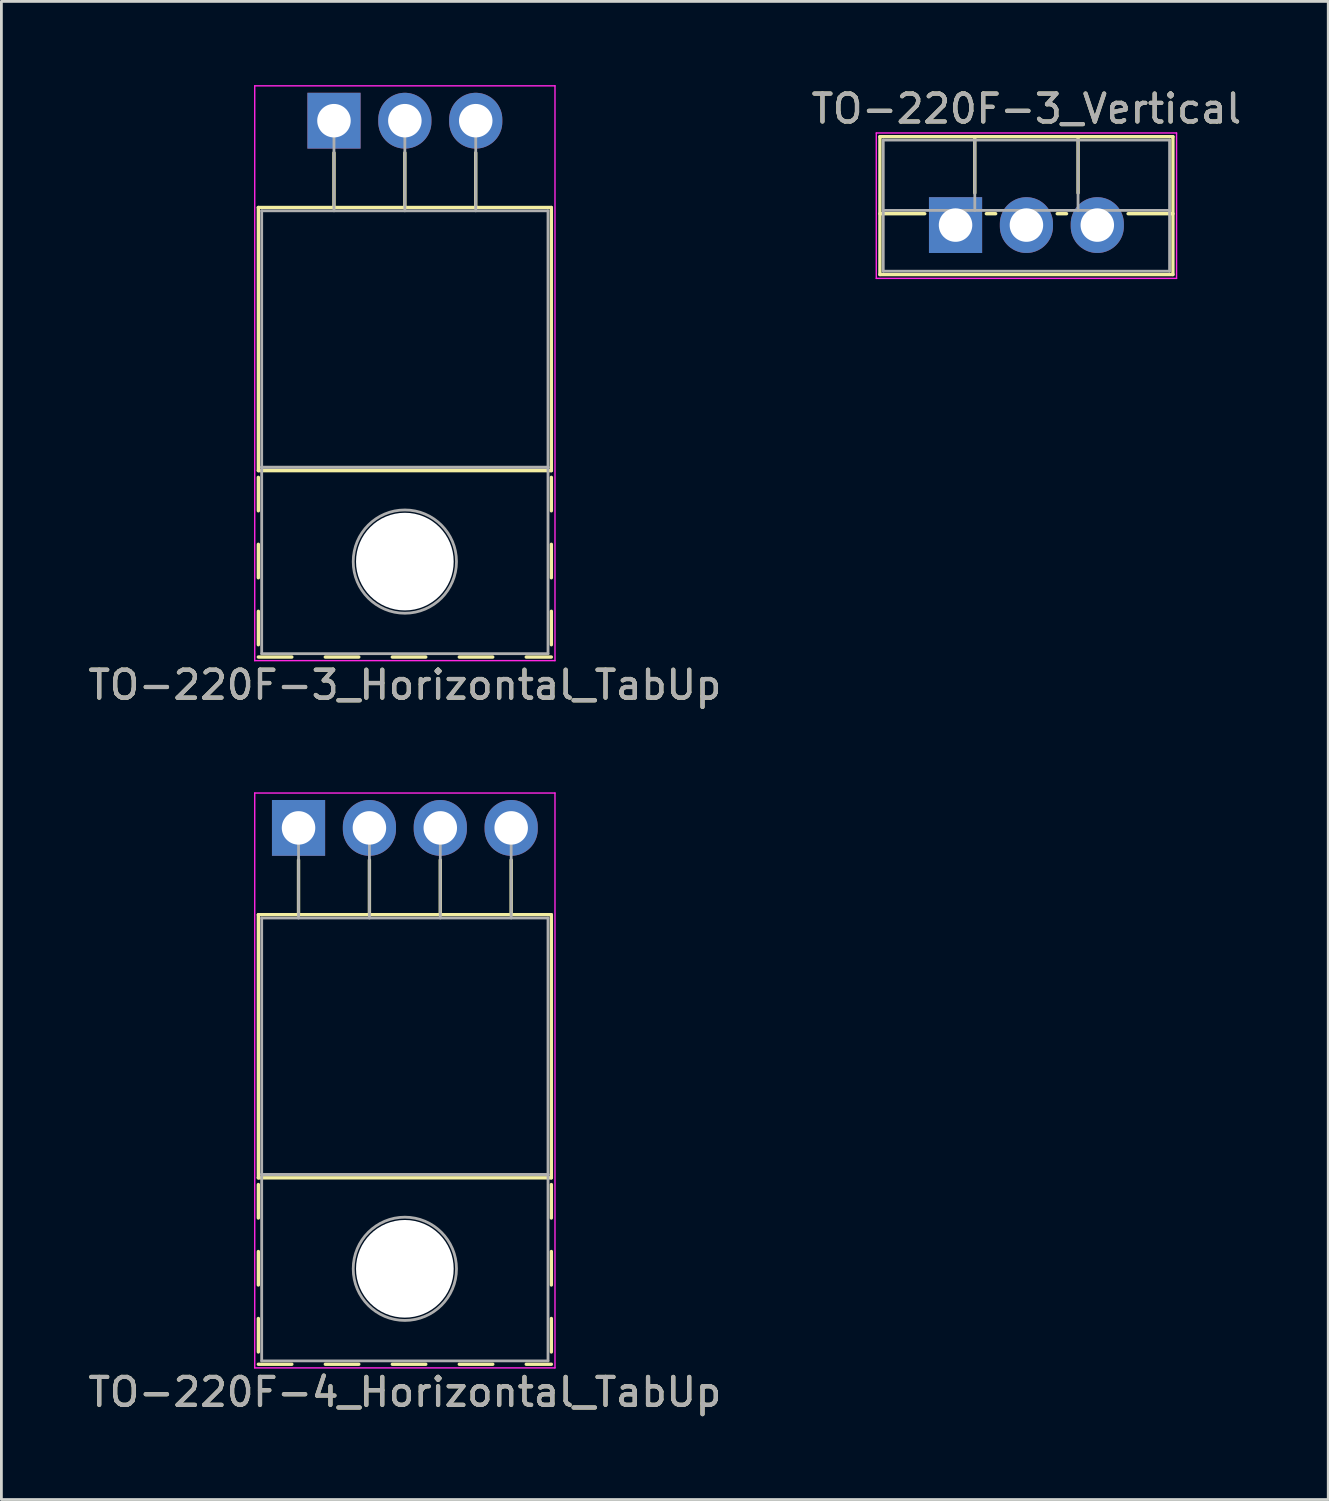
<source format=kicad_pcb>
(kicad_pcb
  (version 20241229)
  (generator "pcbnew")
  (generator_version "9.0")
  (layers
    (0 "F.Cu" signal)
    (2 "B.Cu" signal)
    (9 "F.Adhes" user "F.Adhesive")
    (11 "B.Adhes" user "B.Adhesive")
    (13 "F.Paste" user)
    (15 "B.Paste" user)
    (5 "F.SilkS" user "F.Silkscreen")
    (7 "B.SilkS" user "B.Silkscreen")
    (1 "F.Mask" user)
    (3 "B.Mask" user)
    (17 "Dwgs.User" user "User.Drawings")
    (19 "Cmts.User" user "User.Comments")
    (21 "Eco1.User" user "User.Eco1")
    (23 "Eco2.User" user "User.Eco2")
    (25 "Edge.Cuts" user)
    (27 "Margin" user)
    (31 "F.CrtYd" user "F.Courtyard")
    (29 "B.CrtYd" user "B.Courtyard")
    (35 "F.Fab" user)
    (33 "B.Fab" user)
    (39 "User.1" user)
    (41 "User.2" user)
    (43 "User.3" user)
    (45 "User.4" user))
  (footprint "TO-220F-4_Horizontal_TabUp"
    (layer "F.Cu")
    (at 7.648 26.618)
    (property "Reference" "TO-220F-4_Horizontal_TabUp" (at 3.81 20.22 0) (layer "F.SilkS") (effects (font (size 1 1) (thickness 0.15))))
    (attr through_hole)
    (fp_line (start -1.44 3.11) (end -1.44 12.54) (stroke (width 0.12) (type solid)) (layer "F.SilkS"))
    (fp_line (start -1.44 3.11) (end 9.06 3.11) (stroke (width 0.12) (type solid)) (layer "F.SilkS"))
    (fp_line (start -1.44 12.54) (end 9.06 12.54) (stroke (width 0.12) (type solid)) (layer "F.SilkS"))
    (fp_line (start -1.44 12.78) (end -1.44 13.98) (stroke (width 0.12) (type solid)) (layer "F.SilkS"))
    (fp_line (start -1.44 15.18) (end -1.44 16.38) (stroke (width 0.12) (type solid)) (layer "F.SilkS"))
    (fp_line (start -1.44 17.58) (end -1.44 18.78) (stroke (width 0.12) (type solid)) (layer "F.SilkS"))
    (fp_line (start -1.44 19.22) (end -0.24 19.22) (stroke (width 0.12) (type solid)) (layer "F.SilkS"))
    (fp_line (start 0 1.15) (end 0 3.11) (stroke (width 0.12) (type solid)) (layer "F.SilkS"))
    (fp_line (start 0.96 19.22) (end 2.16 19.22) (stroke (width 0.12) (type solid)) (layer "F.SilkS"))
    (fp_line (start 2.54 1.15) (end 2.54 3.11) (stroke (width 0.12) (type solid)) (layer "F.SilkS"))
    (fp_line (start 3.361 19.22) (end 4.56 19.22) (stroke (width 0.12) (type solid)) (layer "F.SilkS"))
    (fp_line (start 5.08 1.15) (end 5.08 3.11) (stroke (width 0.12) (type solid)) (layer "F.SilkS"))
    (fp_line (start 5.761 19.22) (end 6.961 19.22) (stroke (width 0.12) (type solid)) (layer "F.SilkS"))
    (fp_line (start 7.62 1.15) (end 7.62 3.11) (stroke (width 0.12) (type solid)) (layer "F.SilkS"))
    (fp_line (start 8.16 19.22) (end 9.06 19.22) (stroke (width 0.12) (type solid)) (layer "F.SilkS"))
    (fp_line (start 9.06 3.11) (end 9.06 12.54) (stroke (width 0.12) (type solid)) (layer "F.SilkS"))
    (fp_line (start 9.06 12.78) (end 9.06 13.98) (stroke (width 0.12) (type solid)) (layer "F.SilkS"))
    (fp_line (start 9.06 15.18) (end 9.06 16.38) (stroke (width 0.12) (type solid)) (layer "F.SilkS"))
    (fp_line (start 9.06 17.58) (end 9.06 18.78) (stroke (width 0.12) (type solid)) (layer "F.SilkS"))
    (fp_line (start -1.57 -1.25) (end -1.57 19.35) (stroke (width 0.05) (type solid)) (layer "F.CrtYd"))
    (fp_line (start -1.57 19.35) (end 9.19 19.35) (stroke (width 0.05) (type solid)) (layer "F.CrtYd"))
    (fp_line (start 9.19 -1.25) (end -1.57 -1.25) (stroke (width 0.05) (type solid)) (layer "F.CrtYd"))
    (fp_line (start 9.19 19.35) (end 9.19 -1.25) (stroke (width 0.05) (type solid)) (layer "F.CrtYd"))
    (fp_line (start -1.32 3.23) (end -1.32 12.42) (stroke (width 0.1) (type solid)) (layer "F.Fab"))
    (fp_line (start -1.32 12.42) (end -1.32 19.1) (stroke (width 0.1) (type solid)) (layer "F.Fab"))
    (fp_line (start -1.32 12.42) (end 8.94 12.42) (stroke (width 0.1) (type solid)) (layer "F.Fab"))
    (fp_line (start -1.32 19.1) (end 8.94 19.1) (stroke (width 0.1) (type solid)) (layer "F.Fab"))
    (fp_line (start 0 3.23) (end 0 0) (stroke (width 0.1) (type solid)) (layer "F.Fab"))
    (fp_line (start 2.54 3.23) (end 2.54 0) (stroke (width 0.1) (type solid)) (layer "F.Fab"))
    (fp_line (start 5.08 3.23) (end 5.08 0) (stroke (width 0.1) (type solid)) (layer "F.Fab"))
    (fp_line (start 7.62 3.23) (end 7.62 0) (stroke (width 0.1) (type solid)) (layer "F.Fab"))
    (fp_line (start 8.94 3.23) (end -1.32 3.23) (stroke (width 0.1) (type solid)) (layer "F.Fab"))
    (fp_line (start 8.94 12.42) (end -1.32 12.42) (stroke (width 0.1) (type solid)) (layer "F.Fab"))
    (fp_line (start 8.94 12.42) (end 8.94 3.23) (stroke (width 0.1) (type solid)) (layer "F.Fab"))
    (fp_line (start 8.94 19.1) (end 8.94 12.42) (stroke (width 0.1) (type solid)) (layer "F.Fab"))
    (fp_circle (center 3.81 15.8) (end 5.66 15.8) (stroke (width 0.1) (type solid)) (fill no) (layer "F.Fab"))
    (fp_text user "${REFERENCE}" (at 3.81 20.22 0) (layer "F.Fab") (effects (font (size 1 1) (thickness 0.15))))
    (pad "" np_thru_hole oval (at 3.81 15.8) (size 3.5 3.5) (drill 3.5) (layers "*.Cu" "*.Mask"))
    (pad "1" thru_hole rect (at 0 0) (size 1.905 2) (drill 1.2) (layers "*.Cu" "*.Mask"))
    (pad "2" thru_hole oval (at 2.54 0) (size 1.905 2) (drill 1.2) (layers "*.Cu" "*.Mask"))
    (pad "3" thru_hole oval (at 5.08 0) (size 1.905 2) (drill 1.2) (layers "*.Cu" "*.Mask"))
    (pad "4" thru_hole oval (at 7.62 0) (size 1.905 2) (drill 1.2) (layers "*.Cu" "*.Mask")))
  (footprint "TO-220F-3_Vertical"
    (layer "F.Cu")
    (at 31.192 5.016)
    (property "Reference" "TO-220F-3_Vertical" (at 2.54 -4.168 0) (layer "F.SilkS") (effects (font (size 1 1) (thickness 0.15))))
    (attr through_hole)
    (fp_line (start -2.71 -3.168) (end -2.71 1.773) (stroke (width 0.12) (type solid)) (layer "F.SilkS"))
    (fp_line (start -2.71 -3.168) (end 7.79 -3.168) (stroke (width 0.12) (type solid)) (layer "F.SilkS"))
    (fp_line (start -2.71 -0.408) (end -1.103 -0.408) (stroke (width 0.12) (type solid)) (layer "F.SilkS"))
    (fp_line (start -2.71 1.773) (end 7.79 1.773) (stroke (width 0.12) (type solid)) (layer "F.SilkS"))
    (fp_line (start 0.69 -3.168) (end 0.69 -1.15) (stroke (width 0.12) (type solid)) (layer "F.SilkS"))
    (fp_line (start 1.103 -0.408) (end 1.438 -0.408) (stroke (width 0.12) (type solid)) (layer "F.SilkS"))
    (fp_line (start 3.643 -0.408) (end 3.978 -0.408) (stroke (width 0.12) (type solid)) (layer "F.SilkS"))
    (fp_line (start 4.391 -3.168) (end 4.391 -1.15) (stroke (width 0.12) (type solid)) (layer "F.SilkS"))
    (fp_line (start 6.183 -0.408) (end 7.79 -0.408) (stroke (width 0.12) (type solid)) (layer "F.SilkS"))
    (fp_line (start 7.79 -3.168) (end 7.79 1.773) (stroke (width 0.12) (type solid)) (layer "F.SilkS"))
    (fp_line (start -2.84 -3.3) (end -2.84 1.91) (stroke (width 0.05) (type solid)) (layer "F.CrtYd"))
    (fp_line (start -2.84 1.91) (end 7.92 1.91) (stroke (width 0.05) (type solid)) (layer "F.CrtYd"))
    (fp_line (start 7.92 -3.3) (end -2.84 -3.3) (stroke (width 0.05) (type solid)) (layer "F.CrtYd"))
    (fp_line (start 7.92 1.91) (end 7.92 -3.3) (stroke (width 0.05) (type solid)) (layer "F.CrtYd"))
    (fp_line (start -2.59 -3.047) (end -2.59 1.653) (stroke (width 0.1) (type solid)) (layer "F.Fab"))
    (fp_line (start -2.59 -0.527) (end 7.67 -0.527) (stroke (width 0.1) (type solid)) (layer "F.Fab"))
    (fp_line (start -2.59 1.653) (end 7.67 1.653) (stroke (width 0.1) (type solid)) (layer "F.Fab"))
    (fp_line (start 0.69 -3.047) (end 0.69 -0.527) (stroke (width 0.1) (type solid)) (layer "F.Fab"))
    (fp_line (start 4.39 -3.047) (end 4.39 -0.527) (stroke (width 0.1) (type solid)) (layer "F.Fab"))
    (fp_line (start 7.67 -3.047) (end -2.59 -3.047) (stroke (width 0.1) (type solid)) (layer "F.Fab"))
    (fp_line (start 7.67 1.653) (end 7.67 -3.047) (stroke (width 0.1) (type solid)) (layer "F.Fab"))
    (fp_text user "${REFERENCE}" (at 2.54 -4.168 0) (layer "F.Fab") (effects (font (size 1 1) (thickness 0.15))))
    (pad "1" thru_hole rect (at 0 0) (size 1.905 2) (drill 1.2) (layers "*.Cu" "*.Mask"))
    (pad "2" thru_hole oval (at 2.54 0) (size 1.905 2) (drill 1.2) (layers "*.Cu" "*.Mask"))
    (pad "3" thru_hole oval (at 5.08 0) (size 1.905 2) (drill 1.2) (layers "*.Cu" "*.Mask")))
  (footprint "TO-220F-3_Horizontal_TabUp"
    (layer "F.Cu")
    (at 8.918 1.275)
    (property "Reference" "TO-220F-3_Horizontal_TabUp" (at 2.54 20.22 0) (layer "F.SilkS") (effects (font (size 1 1) (thickness 0.15))))
    (attr through_hole)
    (fp_line (start -2.71 3.11) (end -2.71 12.54) (stroke (width 0.12) (type solid)) (layer "F.SilkS"))
    (fp_line (start -2.71 3.11) (end 7.79 3.11) (stroke (width 0.12) (type solid)) (layer "F.SilkS"))
    (fp_line (start -2.71 12.54) (end 7.79 12.54) (stroke (width 0.12) (type solid)) (layer "F.SilkS"))
    (fp_line (start -2.71 12.78) (end -2.71 13.98) (stroke (width 0.12) (type solid)) (layer "F.SilkS"))
    (fp_line (start -2.71 15.18) (end -2.71 16.38) (stroke (width 0.12) (type solid)) (layer "F.SilkS"))
    (fp_line (start -2.71 17.58) (end -2.71 18.78) (stroke (width 0.12) (type solid)) (layer "F.SilkS"))
    (fp_line (start -2.71 19.22) (end -1.51 19.22) (stroke (width 0.12) (type solid)) (layer "F.SilkS"))
    (fp_line (start -0.311 19.22) (end 0.89 19.22) (stroke (width 0.12) (type solid)) (layer "F.SilkS"))
    (fp_line (start 0 1.15) (end 0 3.11) (stroke (width 0.12) (type solid)) (layer "F.SilkS"))
    (fp_line (start 2.09 19.22) (end 3.29 19.22) (stroke (width 0.12) (type solid)) (layer "F.SilkS"))
    (fp_line (start 2.54 1.15) (end 2.54 3.11) (stroke (width 0.12) (type solid)) (layer "F.SilkS"))
    (fp_line (start 4.49 19.22) (end 5.69 19.22) (stroke (width 0.12) (type solid)) (layer "F.SilkS"))
    (fp_line (start 5.08 1.15) (end 5.08 3.11) (stroke (width 0.12) (type solid)) (layer "F.SilkS"))
    (fp_line (start 6.89 19.22) (end 7.79 19.22) (stroke (width 0.12) (type solid)) (layer "F.SilkS"))
    (fp_line (start 7.79 3.11) (end 7.79 12.54) (stroke (width 0.12) (type solid)) (layer "F.SilkS"))
    (fp_line (start 7.79 12.78) (end 7.79 13.98) (stroke (width 0.12) (type solid)) (layer "F.SilkS"))
    (fp_line (start 7.79 15.18) (end 7.79 16.38) (stroke (width 0.12) (type solid)) (layer "F.SilkS"))
    (fp_line (start 7.79 17.58) (end 7.79 18.78) (stroke (width 0.12) (type solid)) (layer "F.SilkS"))
    (fp_line (start -2.84 -1.25) (end -2.84 19.35) (stroke (width 0.05) (type solid)) (layer "F.CrtYd"))
    (fp_line (start -2.84 19.35) (end 7.92 19.35) (stroke (width 0.05) (type solid)) (layer "F.CrtYd"))
    (fp_line (start 7.92 -1.25) (end -2.84 -1.25) (stroke (width 0.05) (type solid)) (layer "F.CrtYd"))
    (fp_line (start 7.92 19.35) (end 7.92 -1.25) (stroke (width 0.05) (type solid)) (layer "F.CrtYd"))
    (fp_line (start -2.59 3.23) (end -2.59 12.42) (stroke (width 0.1) (type solid)) (layer "F.Fab"))
    (fp_line (start -2.59 12.42) (end -2.59 19.1) (stroke (width 0.1) (type solid)) (layer "F.Fab"))
    (fp_line (start -2.59 12.42) (end 7.67 12.42) (stroke (width 0.1) (type solid)) (layer "F.Fab"))
    (fp_line (start -2.59 19.1) (end 7.67 19.1) (stroke (width 0.1) (type solid)) (layer "F.Fab"))
    (fp_line (start 0 3.23) (end 0 0) (stroke (width 0.1) (type solid)) (layer "F.Fab"))
    (fp_line (start 2.54 3.23) (end 2.54 0) (stroke (width 0.1) (type solid)) (layer "F.Fab"))
    (fp_line (start 5.08 3.23) (end 5.08 0) (stroke (width 0.1) (type solid)) (layer "F.Fab"))
    (fp_line (start 7.67 3.23) (end -2.59 3.23) (stroke (width 0.1) (type solid)) (layer "F.Fab"))
    (fp_line (start 7.67 12.42) (end -2.59 12.42) (stroke (width 0.1) (type solid)) (layer "F.Fab"))
    (fp_line (start 7.67 12.42) (end 7.67 3.23) (stroke (width 0.1) (type solid)) (layer "F.Fab"))
    (fp_line (start 7.67 19.1) (end 7.67 12.42) (stroke (width 0.1) (type solid)) (layer "F.Fab"))
    (fp_circle (center 2.54 15.8) (end 4.39 15.8) (stroke (width 0.1) (type solid)) (fill no) (layer "F.Fab"))
    (fp_text user "${REFERENCE}" (at 2.54 20.22 0) (layer "F.Fab") (effects (font (size 1 1) (thickness 0.15))))
    (pad "" np_thru_hole oval (at 2.54 15.8) (size 3.5 3.5) (drill 3.5) (layers "*.Cu" "*.Mask"))
    (pad "1" thru_hole rect (at 0 0) (size 1.905 2) (drill 1.2) (layers "*.Cu" "*.Mask"))
    (pad "2" thru_hole oval (at 2.54 0) (size 1.905 2) (drill 1.2) (layers "*.Cu" "*.Mask"))
    (pad "3" thru_hole oval (at 5.08 0) (size 1.905 2) (drill 1.2) (layers "*.Cu" "*.Mask")))
  (gr_rect
    (start -3 -3)
    (end 44.548 50.687)
    (stroke (width 0.1) (type default))
    (fill no)
    (layer "Edge.Cuts")))
</source>
